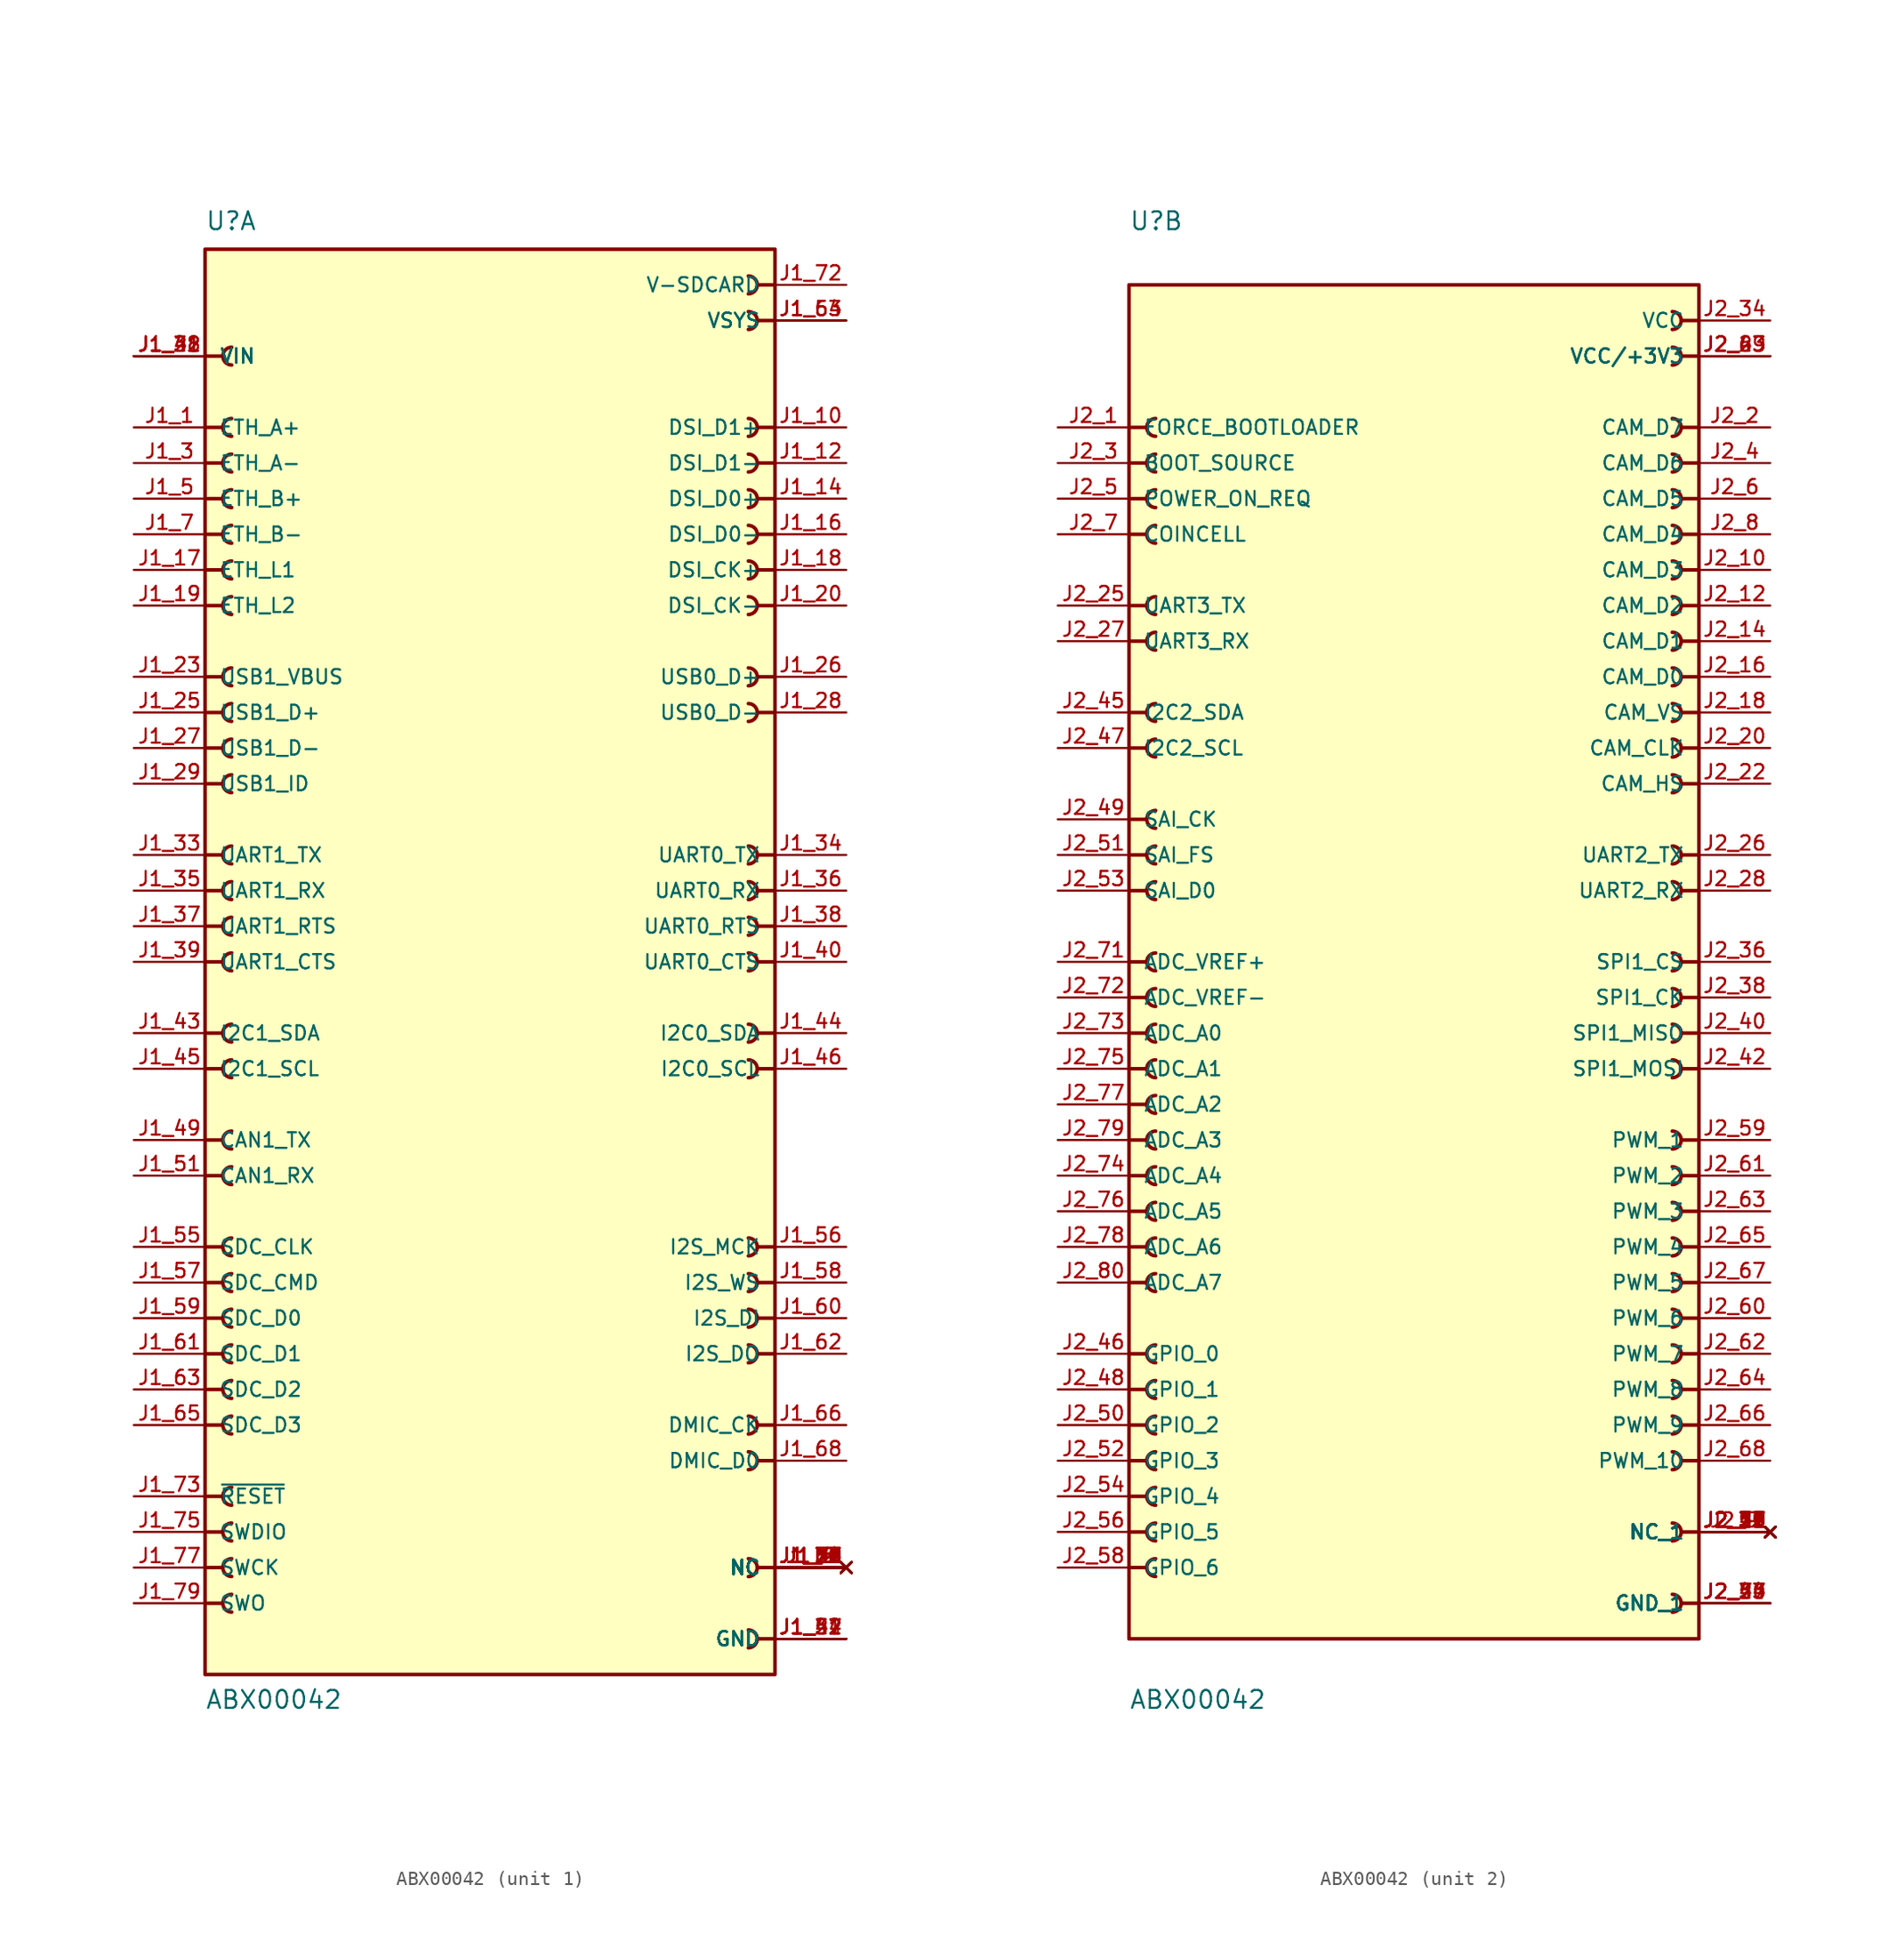
<source format=kicad_sym>
(kicad_symbol_lib
  (version 20220914)
  (generator kicad_symbol_editor)
  (symbol "ABX00042"
    (pin_names
      (offset 1.016))
    (property "Reference" "U"
      (at -20.32 52.07 0)
      (effects (font (size 1.27 1.27)) (justify left bottom)))
    (property "Value" "ABX00042"
      (at -20.32 -53.34 0)
      (effects (font (size 1.27 1.27)) (justify left bottom)))
    (symbol "ABX00042_1_0"
      (rectangle (start -20.32 50.8) (end 20.32 -50.8) (stroke (width 0.254) (type default)) (fill (type background)))
      (arc (start -18.415 -45.085) (mid -19.0473 -45.72) (end -18.415 -46.355) (stroke (width 0.254) (type default)) (fill (type none)))
      (arc (start -18.415 -42.545) (mid -19.0473 -43.18) (end -18.415 -43.815) (stroke (width 0.254) (type default)) (fill (type none)))
      (arc (start -18.415 -40.005) (mid -19.0473 -40.64) (end -18.415 -41.275) (stroke (width 0.254) (type default)) (fill (type none)))
      (arc (start -18.415 -37.465) (mid -19.0473 -38.1) (end -18.415 -38.735) (stroke (width 0.254) (type default)) (fill (type none)))
      (arc (start -18.415 -32.385) (mid -19.0473 -33.02) (end -18.415 -33.655) (stroke (width 0.254) (type default)) (fill (type none)))
      (arc (start -18.415 -29.845) (mid -19.0473 -30.48) (end -18.415 -31.115) (stroke (width 0.254) (type default)) (fill (type none)))
      (arc (start -18.415 -27.305) (mid -19.0473 -27.94) (end -18.415 -28.575) (stroke (width 0.254) (type default)) (fill (type none)))
      (arc (start -18.415 -24.765) (mid -19.0473 -25.4) (end -18.415 -26.035) (stroke (width 0.254) (type default)) (fill (type none)))
      (arc (start -18.415 -22.225) (mid -19.0473 -22.86) (end -18.415 -23.495) (stroke (width 0.254) (type default)) (fill (type none)))
      (arc (start -18.415 -19.685) (mid -19.0473 -20.32) (end -18.415 -20.955) (stroke (width 0.254) (type default)) (fill (type none)))
      (arc (start -18.415 -14.605) (mid -19.0473 -15.24) (end -18.415 -15.875) (stroke (width 0.254) (type default)) (fill (type none)))
      (arc (start -18.415 -12.065) (mid -19.0473 -12.7) (end -18.415 -13.335) (stroke (width 0.254) (type default)) (fill (type none)))
      (arc (start -18.415 -6.985) (mid -19.0473 -7.62) (end -18.415 -8.255) (stroke (width 0.254) (type default)) (fill (type none)))
      (arc (start -18.415 -4.445) (mid -19.0473 -5.08) (end -18.415 -5.715) (stroke (width 0.254) (type default)) (fill (type none)))
      (arc (start -18.415 0.635) (mid -19.0473 0) (end -18.415 -0.635) (stroke (width 0.254) (type default)) (fill (type none)))
      (arc (start -18.415 3.175) (mid -19.0473 2.54) (end -18.415 1.905) (stroke (width 0.254) (type default)) (fill (type none)))
      (arc (start -18.415 5.715) (mid -19.0473 5.08) (end -18.415 4.445) (stroke (width 0.254) (type default)) (fill (type none)))
      (arc (start -18.415 8.255) (mid -19.0473 7.62) (end -18.415 6.985) (stroke (width 0.254) (type default)) (fill (type none)))
      (arc (start -18.415 13.335) (mid -19.0473 12.7) (end -18.415 12.065) (stroke (width 0.254) (type default)) (fill (type none)))
      (arc (start -18.415 15.875) (mid -19.0473 15.24) (end -18.415 14.605) (stroke (width 0.254) (type default)) (fill (type none)))
      (arc (start -18.415 18.415) (mid -19.0473 17.78) (end -18.415 17.145) (stroke (width 0.254) (type default)) (fill (type none)))
      (arc (start -18.415 20.955) (mid -19.0473 20.32) (end -18.415 19.685) (stroke (width 0.254) (type default)) (fill (type none)))
      (arc (start -18.415 26.035) (mid -19.0473 25.4) (end -18.415 24.765) (stroke (width 0.254) (type default)) (fill (type none)))
      (arc (start -18.415 28.575) (mid -19.0473 27.94) (end -18.415 27.305) (stroke (width 0.254) (type default)) (fill (type none)))
      (arc (start -18.415 31.115) (mid -19.0473 30.48) (end -18.415 29.845) (stroke (width 0.254) (type default)) (fill (type none)))
      (arc (start -18.415 33.655) (mid -19.0473 33.02) (end -18.415 32.385) (stroke (width 0.254) (type default)) (fill (type none)))
      (arc (start -18.415 36.195) (mid -19.0473 35.56) (end -18.415 34.925) (stroke (width 0.254) (type default)) (fill (type none)))
      (arc (start -18.415 38.735) (mid -19.0473 38.1) (end -18.415 37.465) (stroke (width 0.254) (type default)) (fill (type none)))
      (arc (start -18.415 43.815) (mid -19.0473 43.18) (end -18.415 42.545) (stroke (width 0.254) (type default)) (fill (type none)))
      (polyline (pts (xy -20.32 -45.72) (xy -19.05 -45.72)) (stroke (width 0.254) (type default)) (fill (type none)))
      (polyline (pts (xy -20.32 -43.18) (xy -19.05 -43.18)) (stroke (width 0.254) (type default)) (fill (type none)))
      (polyline (pts (xy -20.32 -40.64) (xy -19.05 -40.64)) (stroke (width 0.254) (type default)) (fill (type none)))
      (polyline (pts (xy -20.32 -38.1) (xy -19.05 -38.1)) (stroke (width 0.254) (type default)) (fill (type none)))
      (polyline (pts (xy -20.32 -33.02) (xy -19.05 -33.02)) (stroke (width 0.254) (type default)) (fill (type none)))
      (polyline (pts (xy -20.32 -30.48) (xy -19.05 -30.48)) (stroke (width 0.254) (type default)) (fill (type none)))
      (polyline (pts (xy -20.32 -27.94) (xy -19.05 -27.94)) (stroke (width 0.254) (type default)) (fill (type none)))
      (polyline (pts (xy -20.32 -25.4) (xy -19.05 -25.4)) (stroke (width 0.254) (type default)) (fill (type none)))
      (polyline (pts (xy -20.32 -22.86) (xy -19.05 -22.86)) (stroke (width 0.254) (type default)) (fill (type none)))
      (polyline (pts (xy -20.32 -20.32) (xy -19.05 -20.32)) (stroke (width 0.254) (type default)) (fill (type none)))
      (polyline (pts (xy -20.32 -15.24) (xy -19.05 -15.24)) (stroke (width 0.254) (type default)) (fill (type none)))
      (polyline (pts (xy -20.32 -12.7) (xy -19.05 -12.7)) (stroke (width 0.254) (type default)) (fill (type none)))
      (polyline (pts (xy -20.32 -7.62) (xy -19.05 -7.62)) (stroke (width 0.254) (type default)) (fill (type none)))
      (polyline (pts (xy -20.32 -5.08) (xy -19.05 -5.08)) (stroke (width 0.254) (type default)) (fill (type none)))
      (polyline (pts (xy -20.32 0) (xy -19.05 0)) (stroke (width 0.254) (type default)) (fill (type none)))
      (polyline (pts (xy -20.32 2.54) (xy -19.05 2.54)) (stroke (width 0.254) (type default)) (fill (type none)))
      (polyline (pts (xy -20.32 5.08) (xy -19.05 5.08)) (stroke (width 0.254) (type default)) (fill (type none)))
      (polyline (pts (xy -20.32 7.62) (xy -19.05 7.62)) (stroke (width 0.254) (type default)) (fill (type none)))
      (polyline (pts (xy -20.32 12.7) (xy -19.05 12.7)) (stroke (width 0.254) (type default)) (fill (type none)))
      (polyline (pts (xy -20.32 15.24) (xy -19.05 15.24)) (stroke (width 0.254) (type default)) (fill (type none)))
      (polyline (pts (xy -20.32 17.78) (xy -19.05 17.78)) (stroke (width 0.254) (type default)) (fill (type none)))
      (polyline (pts (xy -20.32 20.32) (xy -19.05 20.32)) (stroke (width 0.254) (type default)) (fill (type none)))
      (polyline (pts (xy -20.32 25.4) (xy -19.05 25.4)) (stroke (width 0.254) (type default)) (fill (type none)))
      (polyline (pts (xy -20.32 27.94) (xy -19.05 27.94)) (stroke (width 0.254) (type default)) (fill (type none)))
      (polyline (pts (xy -20.32 30.48) (xy -19.05 30.48)) (stroke (width 0.254) (type default)) (fill (type none)))
      (polyline (pts (xy -20.32 33.02) (xy -19.05 33.02)) (stroke (width 0.254) (type default)) (fill (type none)))
      (polyline (pts (xy -20.32 35.56) (xy -19.05 35.56)) (stroke (width 0.254) (type default)) (fill (type none)))
      (polyline (pts (xy -20.32 38.1) (xy -19.05 38.1)) (stroke (width 0.254) (type default)) (fill (type none)))
      (polyline (pts (xy -20.32 43.18) (xy -19.05 43.18)) (stroke (width 0.254) (type default)) (fill (type none)))
      (polyline (pts (xy 20.32 -48.26) (xy 19.05 -48.26)) (stroke (width 0.254) (type default)) (fill (type none)))
      (polyline (pts (xy 20.32 -43.18) (xy 19.05 -43.18)) (stroke (width 0.254) (type default)) (fill (type none)))
      (polyline (pts (xy 20.32 -35.56) (xy 19.05 -35.56)) (stroke (width 0.254) (type default)) (fill (type none)))
      (polyline (pts (xy 20.32 -33.02) (xy 19.05 -33.02)) (stroke (width 0.254) (type default)) (fill (type none)))
      (polyline (pts (xy 20.32 -27.94) (xy 19.05 -27.94)) (stroke (width 0.254) (type default)) (fill (type none)))
      (polyline (pts (xy 20.32 -25.4) (xy 19.05 -25.4)) (stroke (width 0.254) (type default)) (fill (type none)))
      (polyline (pts (xy 20.32 -22.86) (xy 19.05 -22.86)) (stroke (width 0.254) (type default)) (fill (type none)))
      (polyline (pts (xy 20.32 -20.32) (xy 19.05 -20.32)) (stroke (width 0.254) (type default)) (fill (type none)))
      (polyline (pts (xy 20.32 -7.62) (xy 19.05 -7.62)) (stroke (width 0.254) (type default)) (fill (type none)))
      (polyline (pts (xy 20.32 -5.08) (xy 19.05 -5.08)) (stroke (width 0.254) (type default)) (fill (type none)))
      (polyline (pts (xy 20.32 0) (xy 19.05 0)) (stroke (width 0.254) (type default)) (fill (type none)))
      (polyline (pts (xy 20.32 2.54) (xy 19.05 2.54)) (stroke (width 0.254) (type default)) (fill (type none)))
      (polyline (pts (xy 20.32 5.08) (xy 19.05 5.08)) (stroke (width 0.254) (type default)) (fill (type none)))
      (polyline (pts (xy 20.32 7.62) (xy 19.05 7.62)) (stroke (width 0.254) (type default)) (fill (type none)))
      (polyline (pts (xy 20.32 17.78) (xy 19.05 17.78)) (stroke (width 0.254) (type default)) (fill (type none)))
      (polyline (pts (xy 20.32 20.32) (xy 19.05 20.32)) (stroke (width 0.254) (type default)) (fill (type none)))
      (polyline (pts (xy 20.32 25.4) (xy 19.05 25.4)) (stroke (width 0.254) (type default)) (fill (type none)))
      (polyline (pts (xy 20.32 27.94) (xy 19.05 27.94)) (stroke (width 0.254) (type default)) (fill (type none)))
      (polyline (pts (xy 20.32 30.48) (xy 19.05 30.48)) (stroke (width 0.254) (type default)) (fill (type none)))
      (polyline (pts (xy 20.32 33.02) (xy 19.05 33.02)) (stroke (width 0.254) (type default)) (fill (type none)))
      (polyline (pts (xy 20.32 35.56) (xy 19.05 35.56)) (stroke (width 0.254) (type default)) (fill (type none)))
      (polyline (pts (xy 20.32 38.1) (xy 19.05 38.1)) (stroke (width 0.254) (type default)) (fill (type none)))
      (polyline (pts (xy 20.32 45.72) (xy 19.05 45.72)) (stroke (width 0.254) (type default)) (fill (type none)))
      (polyline (pts (xy 20.32 48.26) (xy 19.05 48.26)) (stroke (width 0.254) (type default)) (fill (type none)))
      (arc (start 18.415 -48.895) (mid 19.0473 -48.26) (end 18.415 -47.625) (stroke (width 0.254) (type default)) (fill (type none)))
      (arc (start 18.415 -43.815) (mid 19.0473 -43.18) (end 18.415 -42.545) (stroke (width 0.254) (type default)) (fill (type none)))
      (arc (start 18.415 -36.195) (mid 19.0473 -35.56) (end 18.415 -34.925) (stroke (width 0.254) (type default)) (fill (type none)))
      (arc (start 18.415 -33.655) (mid 19.0473 -33.02) (end 18.415 -32.385) (stroke (width 0.254) (type default)) (fill (type none)))
      (arc (start 18.415 -28.575) (mid 19.0473 -27.94) (end 18.415 -27.305) (stroke (width 0.254) (type default)) (fill (type none)))
      (arc (start 18.415 -26.035) (mid 19.0473 -25.4) (end 18.415 -24.765) (stroke (width 0.254) (type default)) (fill (type none)))
      (arc (start 18.415 -23.495) (mid 19.0473 -22.86) (end 18.415 -22.225) (stroke (width 0.254) (type default)) (fill (type none)))
      (arc (start 18.415 -20.955) (mid 19.0473 -20.32) (end 18.415 -19.685) (stroke (width 0.254) (type default)) (fill (type none)))
      (arc (start 18.415 -8.255) (mid 19.0473 -7.62) (end 18.415 -6.985) (stroke (width 0.254) (type default)) (fill (type none)))
      (arc (start 18.415 -5.715) (mid 19.0473 -5.08) (end 18.415 -4.445) (stroke (width 0.254) (type default)) (fill (type none)))
      (arc (start 18.415 -0.635) (mid 19.0473 0) (end 18.415 0.635) (stroke (width 0.254) (type default)) (fill (type none)))
      (arc (start 18.415 1.905) (mid 19.0473 2.54) (end 18.415 3.175) (stroke (width 0.254) (type default)) (fill (type none)))
      (arc (start 18.415 4.445) (mid 19.0473 5.08) (end 18.415 5.715) (stroke (width 0.254) (type default)) (fill (type none)))
      (arc (start 18.415 6.985) (mid 19.0473 7.62) (end 18.415 8.255) (stroke (width 0.254) (type default)) (fill (type none)))
      (arc (start 18.415 17.145) (mid 19.0473 17.78) (end 18.415 18.415) (stroke (width 0.254) (type default)) (fill (type none)))
      (arc (start 18.415 19.685) (mid 19.0473 20.32) (end 18.415 20.955) (stroke (width 0.254) (type default)) (fill (type none)))
      (arc (start 18.415 24.765) (mid 19.0473 25.4) (end 18.415 26.035) (stroke (width 0.254) (type default)) (fill (type none)))
      (arc (start 18.415 27.305) (mid 19.0473 27.94) (end 18.415 28.575) (stroke (width 0.254) (type default)) (fill (type none)))
      (arc (start 18.415 29.845) (mid 19.0473 30.48) (end 18.415 31.115) (stroke (width 0.254) (type default)) (fill (type none)))
      (arc (start 18.415 32.385) (mid 19.0473 33.02) (end 18.415 33.655) (stroke (width 0.254) (type default)) (fill (type none)))
      (arc (start 18.415 34.925) (mid 19.0473 35.56) (end 18.415 36.195) (stroke (width 0.254) (type default)) (fill (type none)))
      (arc (start 18.415 37.465) (mid 19.0473 38.1) (end 18.415 38.735) (stroke (width 0.254) (type default)) (fill (type none)))
      (arc (start 18.415 45.085) (mid 19.0473 45.72) (end 18.415 46.355) (stroke (width 0.254) (type default)) (fill (type none)))
      (arc (start 18.415 47.625) (mid 19.0473 48.26) (end 18.415 48.895) (stroke (width 0.254) (type default)) (fill (type none)))
      (pin input line (at -25.4 38.1 0) (length 5.08) (name "ETH_A+" (effects (font (size 1.016 1.016)))) (number "J1_1" (effects (font (size 1.016 1.016)))))
      (pin bidirectional line (at 25.4 38.1 180) (length 5.08) (name "DSI_D1+" (effects (font (size 1.016 1.016)))) (number "J1_10" (effects (font (size 1.016 1.016)))))
      (pin no_connect line (at 25.4 -43.18 180) (length 5.08) (name "NC" (effects (font (size 1.016 1.016)))) (number "J1_11" (effects (font (size 1.016 1.016)))))
      (pin bidirectional line (at 25.4 35.56 180) (length 5.08) (name "DSI_D1-" (effects (font (size 1.016 1.016)))) (number "J1_12" (effects (font (size 1.016 1.016)))))
      (pin no_connect line (at 25.4 -43.18 180) (length 5.08) (name "NC" (effects (font (size 1.016 1.016)))) (number "J1_13" (effects (font (size 1.016 1.016)))))
      (pin bidirectional line (at 25.4 33.02 180) (length 5.08) (name "DSI_D0+" (effects (font (size 1.016 1.016)))) (number "J1_14" (effects (font (size 1.016 1.016)))))
      (pin no_connect line (at 25.4 -43.18 180) (length 5.08) (name "NC" (effects (font (size 1.016 1.016)))) (number "J1_15" (effects (font (size 1.016 1.016)))))
      (pin bidirectional line (at 25.4 30.48 180) (length 5.08) (name "DSI_D0-" (effects (font (size 1.016 1.016)))) (number "J1_16" (effects (font (size 1.016 1.016)))))
      (pin output line (at -25.4 27.94 0) (length 5.08) (name "ETH_L1" (effects (font (size 1.016 1.016)))) (number "J1_17" (effects (font (size 1.016 1.016)))))
      (pin bidirectional line (at 25.4 27.94 180) (length 5.08) (name "DSI_CK+" (effects (font (size 1.016 1.016)))) (number "J1_18" (effects (font (size 1.016 1.016)))))
      (pin output line (at -25.4 25.4 0) (length 5.08) (name "ETH_L2" (effects (font (size 1.016 1.016)))) (number "J1_19" (effects (font (size 1.016 1.016)))))
      (pin no_connect line (at 25.4 -43.18 180) (length 5.08) (name "NC" (effects (font (size 1.016 1.016)))) (number "J1_2" (effects (font (size 1.016 1.016)))))
      (pin bidirectional line (at 25.4 25.4 180) (length 5.08) (name "DSI_CK-" (effects (font (size 1.016 1.016)))) (number "J1_20" (effects (font (size 1.016 1.016)))))
      (pin input line (at -25.4 43.18 0) (length 5.08) (name "VIN" (effects (font (size 1.016 1.016)))) (number "J1_21" (effects (font (size 1.016 1.016)))))
      (pin power_in line (at 25.4 -48.26 180) (length 5.08) (name "GND" (effects (font (size 1.016 1.016)))) (number "J1_22" (effects (font (size 1.016 1.016)))))
      (pin power_in line (at -25.4 20.32 0) (length 5.08) (name "USB1_VBUS" (effects (font (size 1.016 1.016)))) (number "J1_23" (effects (font (size 1.016 1.016)))))
      (pin no_connect line (at 25.4 -43.18 180) (length 5.08) (name "NC" (effects (font (size 1.016 1.016)))) (number "J1_24" (effects (font (size 1.016 1.016)))))
      (pin bidirectional line (at -25.4 17.78 0) (length 5.08) (name "USB1_D+" (effects (font (size 1.016 1.016)))) (number "J1_25" (effects (font (size 1.016 1.016)))))
      (pin bidirectional line (at 25.4 20.32 180) (length 5.08) (name "USB0_D+" (effects (font (size 1.016 1.016)))) (number "J1_26" (effects (font (size 1.016 1.016)))))
      (pin bidirectional line (at -25.4 15.24 0) (length 5.08) (name "USB1_D-" (effects (font (size 1.016 1.016)))) (number "J1_27" (effects (font (size 1.016 1.016)))))
      (pin bidirectional line (at 25.4 17.78 180) (length 5.08) (name "USB0_D-" (effects (font (size 1.016 1.016)))) (number "J1_28" (effects (font (size 1.016 1.016)))))
      (pin bidirectional line (at -25.4 12.7 0) (length 5.08) (name "USB1_ID" (effects (font (size 1.016 1.016)))) (number "J1_29" (effects (font (size 1.016 1.016)))))
      (pin input line (at -25.4 35.56 0) (length 5.08) (name "ETH_A-" (effects (font (size 1.016 1.016)))) (number "J1_3" (effects (font (size 1.016 1.016)))))
      (pin no_connect line (at 25.4 -43.18 180) (length 5.08) (name "NC" (effects (font (size 1.016 1.016)))) (number "J1_30" (effects (font (size 1.016 1.016)))))
      (pin power_in line (at 25.4 -48.26 180) (length 5.08) (name "GND" (effects (font (size 1.016 1.016)))) (number "J1_31" (effects (font (size 1.016 1.016)))))
      (pin input line (at -25.4 43.18 0) (length 5.08) (name "VIN" (effects (font (size 1.016 1.016)))) (number "J1_32" (effects (font (size 1.016 1.016)))))
      (pin output line (at -25.4 7.62 0) (length 5.08) (name "UART1_TX" (effects (font (size 1.016 1.016)))) (number "J1_33" (effects (font (size 1.016 1.016)))))
      (pin output line (at 25.4 7.62 180) (length 5.08) (name "UART0_TX" (effects (font (size 1.016 1.016)))) (number "J1_34" (effects (font (size 1.016 1.016)))))
      (pin input line (at -25.4 5.08 0) (length 5.08) (name "UART1_RX" (effects (font (size 1.016 1.016)))) (number "J1_35" (effects (font (size 1.016 1.016)))))
      (pin input line (at 25.4 5.08 180) (length 5.08) (name "UART0_RX" (effects (font (size 1.016 1.016)))) (number "J1_36" (effects (font (size 1.016 1.016)))))
      (pin bidirectional line (at -25.4 2.54 0) (length 5.08) (name "UART1_RTS" (effects (font (size 1.016 1.016)))) (number "J1_37" (effects (font (size 1.016 1.016)))))
      (pin bidirectional line (at 25.4 2.54 180) (length 5.08) (name "UART0_RTS" (effects (font (size 1.016 1.016)))) (number "J1_38" (effects (font (size 1.016 1.016)))))
      (pin bidirectional line (at -25.4 0 0) (length 5.08) (name "UART1_CTS" (effects (font (size 1.016 1.016)))) (number "J1_39" (effects (font (size 1.016 1.016)))))
      (pin no_connect line (at 25.4 -43.18 180) (length 5.08) (name "NC" (effects (font (size 1.016 1.016)))) (number "J1_4" (effects (font (size 1.016 1.016)))))
      (pin bidirectional line (at 25.4 0 180) (length 5.08) (name "UART0_CTS" (effects (font (size 1.016 1.016)))) (number "J1_40" (effects (font (size 1.016 1.016)))))
      (pin input line (at -25.4 43.18 0) (length 5.08) (name "VIN" (effects (font (size 1.016 1.016)))) (number "J1_41" (effects (font (size 1.016 1.016)))))
      (pin power_in line (at 25.4 -48.26 180) (length 5.08) (name "GND" (effects (font (size 1.016 1.016)))) (number "J1_42" (effects (font (size 1.016 1.016)))))
      (pin bidirectional line (at -25.4 -5.08 0) (length 5.08) (name "I2C1_SDA" (effects (font (size 1.016 1.016)))) (number "J1_43" (effects (font (size 1.016 1.016)))))
      (pin bidirectional line (at 25.4 -5.08 180) (length 5.08) (name "I2C0_SDA" (effects (font (size 1.016 1.016)))) (number "J1_44" (effects (font (size 1.016 1.016)))))
      (pin input line (at -25.4 -7.62 0) (length 5.08) (name "I2C1_SCL" (effects (font (size 1.016 1.016)))) (number "J1_45" (effects (font (size 1.016 1.016)))))
      (pin input line (at 25.4 -7.62 180) (length 5.08) (name "I2C0_SCL" (effects (font (size 1.016 1.016)))) (number "J1_46" (effects (font (size 1.016 1.016)))))
      (pin power_in line (at 25.4 -48.26 180) (length 5.08) (name "GND" (effects (font (size 1.016 1.016)))) (number "J1_47" (effects (font (size 1.016 1.016)))))
      (pin input line (at -25.4 43.18 0) (length 5.08) (name "VIN" (effects (font (size 1.016 1.016)))) (number "J1_48" (effects (font (size 1.016 1.016)))))
      (pin output line (at -25.4 -12.7 0) (length 5.08) (name "CAN1_TX" (effects (font (size 1.016 1.016)))) (number "J1_49" (effects (font (size 1.016 1.016)))))
      (pin input line (at -25.4 33.02 0) (length 5.08) (name "ETH_B+" (effects (font (size 1.016 1.016)))) (number "J1_5" (effects (font (size 1.016 1.016)))))
      (pin no_connect line (at 25.4 -43.18 180) (length 5.08) (name "NC" (effects (font (size 1.016 1.016)))) (number "J1_50" (effects (font (size 1.016 1.016)))))
      (pin input line (at -25.4 -15.24 0) (length 5.08) (name "CAN1_RX" (effects (font (size 1.016 1.016)))) (number "J1_51" (effects (font (size 1.016 1.016)))))
      (pin no_connect line (at 25.4 -43.18 180) (length 5.08) (name "NC" (effects (font (size 1.016 1.016)))) (number "J1_52" (effects (font (size 1.016 1.016)))))
      (pin power_in line (at 25.4 45.72 180) (length 5.08) (name "VSYS" (effects (font (size 1.016 1.016)))) (number "J1_53" (effects (font (size 1.016 1.016)))))
      (pin power_in line (at 25.4 -48.26 180) (length 5.08) (name "GND" (effects (font (size 1.016 1.016)))) (number "J1_54" (effects (font (size 1.016 1.016)))))
      (pin input line (at -25.4 -20.32 0) (length 5.08) (name "SDC_CLK" (effects (font (size 1.016 1.016)))) (number "J1_55" (effects (font (size 1.016 1.016)))))
      (pin bidirectional line (at 25.4 -20.32 180) (length 5.08) (name "I2S_MCK" (effects (font (size 1.016 1.016)))) (number "J1_56" (effects (font (size 1.016 1.016)))))
      (pin input line (at -25.4 -22.86 0) (length 5.08) (name "SDC_CMD" (effects (font (size 1.016 1.016)))) (number "J1_57" (effects (font (size 1.016 1.016)))))
      (pin bidirectional line (at 25.4 -22.86 180) (length 5.08) (name "I2S_WS" (effects (font (size 1.016 1.016)))) (number "J1_58" (effects (font (size 1.016 1.016)))))
      (pin bidirectional line (at -25.4 -25.4 0) (length 5.08) (name "SDC_D0" (effects (font (size 1.016 1.016)))) (number "J1_59" (effects (font (size 1.016 1.016)))))
      (pin no_connect line (at 25.4 -43.18 180) (length 5.08) (name "NC" (effects (font (size 1.016 1.016)))) (number "J1_6" (effects (font (size 1.016 1.016)))))
      (pin input line (at 25.4 -25.4 180) (length 5.08) (name "I2S_DI" (effects (font (size 1.016 1.016)))) (number "J1_60" (effects (font (size 1.016 1.016)))))
      (pin bidirectional line (at -25.4 -27.94 0) (length 5.08) (name "SDC_D1" (effects (font (size 1.016 1.016)))) (number "J1_61" (effects (font (size 1.016 1.016)))))
      (pin output line (at 25.4 -27.94 180) (length 5.08) (name "I2S_DO" (effects (font (size 1.016 1.016)))) (number "J1_62" (effects (font (size 1.016 1.016)))))
      (pin bidirectional line (at -25.4 -30.48 0) (length 5.08) (name "SDC_D2" (effects (font (size 1.016 1.016)))) (number "J1_63" (effects (font (size 1.016 1.016)))))
      (pin power_in line (at 25.4 45.72 180) (length 5.08) (name "VSYS" (effects (font (size 1.016 1.016)))) (number "J1_64" (effects (font (size 1.016 1.016)))))
      (pin bidirectional line (at -25.4 -33.02 0) (length 5.08) (name "SDC_D3" (effects (font (size 1.016 1.016)))) (number "J1_65" (effects (font (size 1.016 1.016)))))
      (pin bidirectional line (at 25.4 -33.02 180) (length 5.08) (name "DMIC_CK" (effects (font (size 1.016 1.016)))) (number "J1_66" (effects (font (size 1.016 1.016)))))
      (pin no_connect line (at 25.4 -43.18 180) (length 5.08) (name "NC" (effects (font (size 1.016 1.016)))) (number "J1_67" (effects (font (size 1.016 1.016)))))
      (pin bidirectional line (at 25.4 -35.56 180) (length 5.08) (name "DMIC_D0" (effects (font (size 1.016 1.016)))) (number "J1_68" (effects (font (size 1.016 1.016)))))
      (pin no_connect line (at 25.4 -43.18 180) (length 5.08) (name "NC" (effects (font (size 1.016 1.016)))) (number "J1_69" (effects (font (size 1.016 1.016)))))
      (pin input line (at -25.4 30.48 0) (length 5.08) (name "ETH_B-" (effects (font (size 1.016 1.016)))) (number "J1_7" (effects (font (size 1.016 1.016)))))
      (pin no_connect line (at 25.4 -43.18 180) (length 5.08) (name "NC" (effects (font (size 1.016 1.016)))) (number "J1_70" (effects (font (size 1.016 1.016)))))
      (pin no_connect line (at 25.4 -43.18 180) (length 5.08) (name "NC" (effects (font (size 1.016 1.016)))) (number "J1_71" (effects (font (size 1.016 1.016)))))
      (pin power_in line (at 25.4 48.26 180) (length 5.08) (name "V-SDCARD" (effects (font (size 1.016 1.016)))) (number "J1_72" (effects (font (size 1.016 1.016)))))
      (pin input line (at -25.4 -38.1 0) (length 5.08) (name "~{RESET}" (effects (font (size 1.016 1.016)))) (number "J1_73" (effects (font (size 1.016 1.016)))))
      (pin no_connect line (at 25.4 -43.18 180) (length 5.08) (name "NC" (effects (font (size 1.016 1.016)))) (number "J1_74" (effects (font (size 1.016 1.016)))))
      (pin bidirectional line (at -25.4 -40.64 0) (length 5.08) (name "SWDIO" (effects (font (size 1.016 1.016)))) (number "J1_75" (effects (font (size 1.016 1.016)))))
      (pin no_connect line (at 25.4 -43.18 180) (length 5.08) (name "NC" (effects (font (size 1.016 1.016)))) (number "J1_76" (effects (font (size 1.016 1.016)))))
      (pin input line (at -25.4 -43.18 0) (length 5.08) (name "SWCK" (effects (font (size 1.016 1.016)))) (number "J1_77" (effects (font (size 1.016 1.016)))))
      (pin no_connect line (at 25.4 -43.18 180) (length 5.08) (name "NC" (effects (font (size 1.016 1.016)))) (number "J1_78" (effects (font (size 1.016 1.016)))))
      (pin output line (at -25.4 -45.72 0) (length 5.08) (name "SWO" (effects (font (size 1.016 1.016)))) (number "J1_79" (effects (font (size 1.016 1.016)))))
      (pin no_connect line (at 25.4 -43.18 180) (length 5.08) (name "NC" (effects (font (size 1.016 1.016)))) (number "J1_8" (effects (font (size 1.016 1.016)))))
      (pin no_connect line (at 25.4 -43.18 180) (length 5.08) (name "NC" (effects (font (size 1.016 1.016)))) (number "J1_80" (effects (font (size 1.016 1.016)))))
      (pin no_connect line (at 25.4 -43.18 180) (length 5.08) (name "NC" (effects (font (size 1.016 1.016)))) (number "J1_9" (effects (font (size 1.016 1.016))))))
    (symbol "ABX00042_2_0"
      (rectangle (start -20.32 -48.26) (end 20.32 48.26) (stroke (width 0.254) (type default)) (fill (type background)))
      (arc (start -19.05 -43.18) (mid -18.864 -43.629) (end -18.415 -43.815) (stroke (width 0.254) (type default)) (fill (type none)))
      (arc (start -18.415 -42.545) (mid -18.864 -42.731) (end -19.05 -43.18) (stroke (width 0.254) (type default)) (fill (type none)))
      (arc (start -18.415 -40.005) (mid -19.0473 -40.64) (end -18.415 -41.275) (stroke (width 0.254) (type default)) (fill (type none)))
      (arc (start -18.415 -37.465) (mid -19.0473 -38.1) (end -18.415 -38.735) (stroke (width 0.254) (type default)) (fill (type none)))
      (arc (start -18.415 -34.925) (mid -19.0473 -35.56) (end -18.415 -36.195) (stroke (width 0.254) (type default)) (fill (type none)))
      (arc (start -18.415 -32.385) (mid -19.0473 -33.02) (end -18.415 -33.655) (stroke (width 0.254) (type default)) (fill (type none)))
      (arc (start -18.415 -29.845) (mid -19.0473 -30.48) (end -18.415 -31.115) (stroke (width 0.254) (type default)) (fill (type none)))
      (arc (start -18.415 -27.305) (mid -19.0473 -27.94) (end -18.415 -28.575) (stroke (width 0.254) (type default)) (fill (type none)))
      (arc (start -18.415 -22.225) (mid -19.0473 -22.86) (end -18.415 -23.495) (stroke (width 0.254) (type default)) (fill (type none)))
      (arc (start -18.415 -19.685) (mid -19.0473 -20.32) (end -18.415 -20.955) (stroke (width 0.254) (type default)) (fill (type none)))
      (arc (start -18.415 -17.145) (mid -19.0473 -17.78) (end -18.415 -18.415) (stroke (width 0.254) (type default)) (fill (type none)))
      (arc (start -18.415 -14.605) (mid -19.0473 -15.24) (end -18.415 -15.875) (stroke (width 0.254) (type default)) (fill (type none)))
      (arc (start -18.415 -12.065) (mid -19.0473 -12.7) (end -18.415 -13.335) (stroke (width 0.254) (type default)) (fill (type none)))
      (arc (start -18.415 -9.525) (mid -19.0473 -10.16) (end -18.415 -10.795) (stroke (width 0.254) (type default)) (fill (type none)))
      (arc (start -18.415 -6.985) (mid -19.0473 -7.62) (end -18.415 -8.255) (stroke (width 0.254) (type default)) (fill (type none)))
      (arc (start -18.415 -4.445) (mid -19.0473 -5.08) (end -18.415 -5.715) (stroke (width 0.254) (type default)) (fill (type none)))
      (arc (start -18.415 -1.905) (mid -19.0473 -2.54) (end -18.415 -3.175) (stroke (width 0.254) (type default)) (fill (type none)))
      (arc (start -18.415 0.635) (mid -19.0473 0) (end -18.415 -0.635) (stroke (width 0.254) (type default)) (fill (type none)))
      (arc (start -18.415 5.715) (mid -19.0473 5.08) (end -18.415 4.445) (stroke (width 0.254) (type default)) (fill (type none)))
      (arc (start -18.415 8.255) (mid -19.0473 7.62) (end -18.415 6.985) (stroke (width 0.254) (type default)) (fill (type none)))
      (arc (start -18.415 10.795) (mid -19.0473 10.16) (end -18.415 9.525) (stroke (width 0.254) (type default)) (fill (type none)))
      (arc (start -18.415 15.875) (mid -19.0473 15.24) (end -18.415 14.605) (stroke (width 0.254) (type default)) (fill (type none)))
      (arc (start -18.415 18.415) (mid -19.0473 17.78) (end -18.415 17.145) (stroke (width 0.254) (type default)) (fill (type none)))
      (arc (start -18.415 23.495) (mid -19.0473 22.86) (end -18.415 22.225) (stroke (width 0.254) (type default)) (fill (type none)))
      (arc (start -18.415 26.035) (mid -19.0473 25.4) (end -18.415 24.765) (stroke (width 0.254) (type default)) (fill (type none)))
      (arc (start -18.415 31.115) (mid -19.0473 30.48) (end -18.415 29.845) (stroke (width 0.254) (type default)) (fill (type none)))
      (arc (start -18.415 33.655) (mid -19.0473 33.02) (end -18.415 32.385) (stroke (width 0.254) (type default)) (fill (type none)))
      (arc (start -18.415 36.195) (mid -19.0473 35.56) (end -18.415 34.925) (stroke (width 0.254) (type default)) (fill (type none)))
      (arc (start -18.415 38.735) (mid -19.0473 38.1) (end -18.415 37.465) (stroke (width 0.254) (type default)) (fill (type none)))
      (polyline (pts (xy -20.32 -43.18) (xy -19.05 -43.18)) (stroke (width 0.254) (type default)) (fill (type none)))
      (polyline (pts (xy -20.32 -40.64) (xy -19.05 -40.64)) (stroke (width 0.254) (type default)) (fill (type none)))
      (polyline (pts (xy -20.32 -38.1) (xy -19.05 -38.1)) (stroke (width 0.254) (type default)) (fill (type none)))
      (polyline (pts (xy -20.32 -35.56) (xy -19.05 -35.56)) (stroke (width 0.254) (type default)) (fill (type none)))
      (polyline (pts (xy -20.32 -33.02) (xy -19.05 -33.02)) (stroke (width 0.254) (type default)) (fill (type none)))
      (polyline (pts (xy -20.32 -30.48) (xy -19.05 -30.48)) (stroke (width 0.254) (type default)) (fill (type none)))
      (polyline (pts (xy -20.32 -27.94) (xy -19.05 -27.94)) (stroke (width 0.254) (type default)) (fill (type none)))
      (polyline (pts (xy -20.32 -22.86) (xy -19.05 -22.86)) (stroke (width 0.254) (type default)) (fill (type none)))
      (polyline (pts (xy -20.32 -20.32) (xy -19.05 -20.32)) (stroke (width 0.254) (type default)) (fill (type none)))
      (polyline (pts (xy -20.32 -17.78) (xy -19.05 -17.78)) (stroke (width 0.254) (type default)) (fill (type none)))
      (polyline (pts (xy -20.32 -15.24) (xy -19.05 -15.24)) (stroke (width 0.254) (type default)) (fill (type none)))
      (polyline (pts (xy -20.32 -12.7) (xy -19.05 -12.7)) (stroke (width 0.254) (type default)) (fill (type none)))
      (polyline (pts (xy -20.32 -10.16) (xy -19.05 -10.16)) (stroke (width 0.254) (type default)) (fill (type none)))
      (polyline (pts (xy -20.32 -7.62) (xy -19.05 -7.62)) (stroke (width 0.254) (type default)) (fill (type none)))
      (polyline (pts (xy -20.32 -5.08) (xy -19.05 -5.08)) (stroke (width 0.254) (type default)) (fill (type none)))
      (polyline (pts (xy -20.32 -2.54) (xy -19.05 -2.54)) (stroke (width 0.254) (type default)) (fill (type none)))
      (polyline (pts (xy -20.32 0) (xy -19.05 0)) (stroke (width 0.254) (type default)) (fill (type none)))
      (polyline (pts (xy -20.32 5.08) (xy -19.05 5.08)) (stroke (width 0.254) (type default)) (fill (type none)))
      (polyline (pts (xy -20.32 7.62) (xy -19.05 7.62)) (stroke (width 0.254) (type default)) (fill (type none)))
      (polyline (pts (xy -20.32 10.16) (xy -19.05 10.16)) (stroke (width 0.254) (type default)) (fill (type none)))
      (polyline (pts (xy -20.32 15.24) (xy -19.05 15.24)) (stroke (width 0.254) (type default)) (fill (type none)))
      (polyline (pts (xy -20.32 17.78) (xy -19.05 17.78)) (stroke (width 0.254) (type default)) (fill (type none)))
      (polyline (pts (xy -20.32 22.86) (xy -19.05 22.86)) (stroke (width 0.254) (type default)) (fill (type none)))
      (polyline (pts (xy -20.32 25.4) (xy -19.05 25.4)) (stroke (width 0.254) (type default)) (fill (type none)))
      (polyline (pts (xy -20.32 30.48) (xy -19.05 30.48)) (stroke (width 0.254) (type default)) (fill (type none)))
      (polyline (pts (xy -20.32 33.02) (xy -19.05 33.02)) (stroke (width 0.254) (type default)) (fill (type none)))
      (polyline (pts (xy -20.32 35.56) (xy -19.05 35.56)) (stroke (width 0.254) (type default)) (fill (type none)))
      (polyline (pts (xy -20.32 38.1) (xy -19.05 38.1)) (stroke (width 0.254) (type default)) (fill (type none)))
      (polyline (pts (xy 20.32 -45.72) (xy 19.05 -45.72)) (stroke (width 0.254) (type default)) (fill (type none)))
      (polyline (pts (xy 20.32 -40.64) (xy 19.05 -40.64)) (stroke (width 0.254) (type default)) (fill (type none)))
      (polyline (pts (xy 20.32 -35.56) (xy 19.05 -35.56)) (stroke (width 0.254) (type default)) (fill (type none)))
      (polyline (pts (xy 20.32 -33.02) (xy 19.05 -33.02)) (stroke (width 0.254) (type default)) (fill (type none)))
      (polyline (pts (xy 20.32 -30.48) (xy 19.05 -30.48)) (stroke (width 0.254) (type default)) (fill (type none)))
      (polyline (pts (xy 20.32 -27.94) (xy 19.05 -27.94)) (stroke (width 0.254) (type default)) (fill (type none)))
      (polyline (pts (xy 20.32 -25.4) (xy 19.05 -25.4)) (stroke (width 0.254) (type default)) (fill (type none)))
      (polyline (pts (xy 20.32 -22.86) (xy 19.05 -22.86)) (stroke (width 0.254) (type default)) (fill (type none)))
      (polyline (pts (xy 20.32 -20.32) (xy 19.05 -20.32)) (stroke (width 0.254) (type default)) (fill (type none)))
      (polyline (pts (xy 20.32 -17.78) (xy 19.05 -17.78)) (stroke (width 0.254) (type default)) (fill (type none)))
      (polyline (pts (xy 20.32 -15.24) (xy 19.05 -15.24)) (stroke (width 0.254) (type default)) (fill (type none)))
      (polyline (pts (xy 20.32 -12.7) (xy 19.05 -12.7)) (stroke (width 0.254) (type default)) (fill (type none)))
      (polyline (pts (xy 20.32 -7.62) (xy 19.05 -7.62)) (stroke (width 0.254) (type default)) (fill (type none)))
      (polyline (pts (xy 20.32 -5.08) (xy 19.05 -5.08)) (stroke (width 0.254) (type default)) (fill (type none)))
      (polyline (pts (xy 20.32 -2.54) (xy 19.05 -2.54)) (stroke (width 0.254) (type default)) (fill (type none)))
      (polyline (pts (xy 20.32 0) (xy 19.05 0)) (stroke (width 0.254) (type default)) (fill (type none)))
      (polyline (pts (xy 20.32 5.08) (xy 19.05 5.08)) (stroke (width 0.254) (type default)) (fill (type none)))
      (polyline (pts (xy 20.32 7.62) (xy 19.05 7.62)) (stroke (width 0.254) (type default)) (fill (type none)))
      (polyline (pts (xy 20.32 12.7) (xy 19.05 12.7)) (stroke (width 0.254) (type default)) (fill (type none)))
      (polyline (pts (xy 20.32 15.24) (xy 19.05 15.24)) (stroke (width 0.254) (type default)) (fill (type none)))
      (polyline (pts (xy 20.32 17.78) (xy 19.05 17.78)) (stroke (width 0.254) (type default)) (fill (type none)))
      (polyline (pts (xy 20.32 20.32) (xy 19.05 20.32)) (stroke (width 0.254) (type default)) (fill (type none)))
      (polyline (pts (xy 20.32 22.86) (xy 19.05 22.86)) (stroke (width 0.254) (type default)) (fill (type none)))
      (polyline (pts (xy 20.32 25.4) (xy 19.05 25.4)) (stroke (width 0.254) (type default)) (fill (type none)))
      (polyline (pts (xy 20.32 27.94) (xy 19.05 27.94)) (stroke (width 0.254) (type default)) (fill (type none)))
      (polyline (pts (xy 20.32 30.48) (xy 19.05 30.48)) (stroke (width 0.254) (type default)) (fill (type none)))
      (polyline (pts (xy 20.32 33.02) (xy 19.05 33.02)) (stroke (width 0.254) (type default)) (fill (type none)))
      (polyline (pts (xy 20.32 35.56) (xy 19.05 35.56)) (stroke (width 0.254) (type default)) (fill (type none)))
      (polyline (pts (xy 20.32 38.1) (xy 19.05 38.1)) (stroke (width 0.254) (type default)) (fill (type none)))
      (polyline (pts (xy 20.32 43.18) (xy 19.05 43.18)) (stroke (width 0.254) (type default)) (fill (type none)))
      (polyline (pts (xy 20.32 45.72) (xy 19.05 45.72)) (stroke (width 0.254) (type default)) (fill (type none)))
      (arc (start 18.415 -46.355) (mid 19.0473 -45.72) (end 18.415 -45.085) (stroke (width 0.254) (type default)) (fill (type none)))
      (arc (start 18.415 -41.275) (mid 19.0473 -40.64) (end 18.415 -40.005) (stroke (width 0.254) (type default)) (fill (type none)))
      (arc (start 18.415 -36.195) (mid 19.0473 -35.56) (end 18.415 -34.925) (stroke (width 0.254) (type default)) (fill (type none)))
      (arc (start 18.415 -33.655) (mid 19.0473 -33.02) (end 18.415 -32.385) (stroke (width 0.254) (type default)) (fill (type none)))
      (arc (start 18.415 -31.115) (mid 19.0473 -30.48) (end 18.415 -29.845) (stroke (width 0.254) (type default)) (fill (type none)))
      (arc (start 18.415 -28.575) (mid 19.0473 -27.94) (end 18.415 -27.305) (stroke (width 0.254) (type default)) (fill (type none)))
      (arc (start 18.415 -26.035) (mid 19.0473 -25.4) (end 18.415 -24.765) (stroke (width 0.254) (type default)) (fill (type none)))
      (arc (start 18.415 -23.495) (mid 19.0473 -22.86) (end 18.415 -22.225) (stroke (width 0.254) (type default)) (fill (type none)))
      (arc (start 18.415 -20.955) (mid 19.0473 -20.32) (end 18.415 -19.685) (stroke (width 0.254) (type default)) (fill (type none)))
      (arc (start 18.415 -18.415) (mid 19.0473 -17.78) (end 18.415 -17.145) (stroke (width 0.254) (type default)) (fill (type none)))
      (arc (start 18.415 -15.875) (mid 19.0473 -15.24) (end 18.415 -14.605) (stroke (width 0.254) (type default)) (fill (type none)))
      (arc (start 18.415 -13.335) (mid 19.0473 -12.7) (end 18.415 -12.065) (stroke (width 0.254) (type default)) (fill (type none)))
      (arc (start 18.415 -8.255) (mid 19.0473 -7.62) (end 18.415 -6.985) (stroke (width 0.254) (type default)) (fill (type none)))
      (arc (start 18.415 -5.715) (mid 19.0473 -5.08) (end 18.415 -4.445) (stroke (width 0.254) (type default)) (fill (type none)))
      (arc (start 18.415 -3.175) (mid 19.0473 -2.54) (end 18.415 -1.905) (stroke (width 0.254) (type default)) (fill (type none)))
      (arc (start 18.415 -0.635) (mid 19.0473 0) (end 18.415 0.635) (stroke (width 0.254) (type default)) (fill (type none)))
      (arc (start 18.415 4.445) (mid 19.0473 5.08) (end 18.415 5.715) (stroke (width 0.254) (type default)) (fill (type none)))
      (arc (start 18.415 6.985) (mid 19.0473 7.62) (end 18.415 8.255) (stroke (width 0.254) (type default)) (fill (type none)))
      (arc (start 18.415 12.065) (mid 19.0473 12.7) (end 18.415 13.335) (stroke (width 0.254) (type default)) (fill (type none)))
      (arc (start 18.415 14.605) (mid 19.0473 15.24) (end 18.415 15.875) (stroke (width 0.254) (type default)) (fill (type none)))
      (arc (start 18.415 17.145) (mid 19.0473 17.78) (end 18.415 18.415) (stroke (width 0.254) (type default)) (fill (type none)))
      (arc (start 18.415 19.685) (mid 19.0473 20.32) (end 18.415 20.955) (stroke (width 0.254) (type default)) (fill (type none)))
      (arc (start 18.415 22.225) (mid 19.0473 22.86) (end 18.415 23.495) (stroke (width 0.254) (type default)) (fill (type none)))
      (arc (start 18.415 24.765) (mid 19.0473 25.4) (end 18.415 26.035) (stroke (width 0.254) (type default)) (fill (type none)))
      (arc (start 18.415 27.305) (mid 19.0473 27.94) (end 18.415 28.575) (stroke (width 0.254) (type default)) (fill (type none)))
      (arc (start 18.415 29.845) (mid 19.0473 30.48) (end 18.415 31.115) (stroke (width 0.254) (type default)) (fill (type none)))
      (arc (start 18.415 32.385) (mid 19.0473 33.02) (end 18.415 33.655) (stroke (width 0.254) (type default)) (fill (type none)))
      (arc (start 18.415 34.925) (mid 19.0473 35.56) (end 18.415 36.195) (stroke (width 0.254) (type default)) (fill (type none)))
      (arc (start 18.415 37.465) (mid 19.0473 38.1) (end 18.415 38.735) (stroke (width 0.254) (type default)) (fill (type none)))
      (arc (start 18.415 42.545) (mid 19.0473 43.18) (end 18.415 43.815) (stroke (width 0.254) (type default)) (fill (type none)))
      (arc (start 18.415 45.085) (mid 19.0473 45.72) (end 18.415 46.355) (stroke (width 0.254) (type default)) (fill (type none)))
      (pin input line (at -25.4 38.1 0) (length 5.08) (name "FORCE_BOOTLOADER" (effects (font (size 1.016 1.016)))) (number "J2_1" (effects (font (size 1.016 1.016)))))
      (pin bidirectional line (at 25.4 27.94 180) (length 5.08) (name "CAM_D3" (effects (font (size 1.016 1.016)))) (number "J2_10" (effects (font (size 1.016 1.016)))))
      (pin no_connect line (at 25.4 -40.64 180) (length 5.08) (name "NC_1" (effects (font (size 1.016 1.016)))) (number "J2_11" (effects (font (size 1.016 1.016)))))
      (pin bidirectional line (at 25.4 25.4 180) (length 5.08) (name "CAM_D2" (effects (font (size 1.016 1.016)))) (number "J2_12" (effects (font (size 1.016 1.016)))))
      (pin no_connect line (at 25.4 -40.64 180) (length 5.08) (name "NC_1" (effects (font (size 1.016 1.016)))) (number "J2_13" (effects (font (size 1.016 1.016)))))
      (pin bidirectional line (at 25.4 22.86 180) (length 5.08) (name "CAM_D1" (effects (font (size 1.016 1.016)))) (number "J2_14" (effects (font (size 1.016 1.016)))))
      (pin no_connect line (at 25.4 -40.64 180) (length 5.08) (name "NC_1" (effects (font (size 1.016 1.016)))) (number "J2_15" (effects (font (size 1.016 1.016)))))
      (pin bidirectional line (at 25.4 20.32 180) (length 5.08) (name "CAM_D0" (effects (font (size 1.016 1.016)))) (number "J2_16" (effects (font (size 1.016 1.016)))))
      (pin no_connect line (at 25.4 -40.64 180) (length 5.08) (name "NC_1" (effects (font (size 1.016 1.016)))) (number "J2_17" (effects (font (size 1.016 1.016)))))
      (pin bidirectional line (at 25.4 17.78 180) (length 5.08) (name "CAM_VS" (effects (font (size 1.016 1.016)))) (number "J2_18" (effects (font (size 1.016 1.016)))))
      (pin no_connect line (at 25.4 -40.64 180) (length 5.08) (name "NC_1" (effects (font (size 1.016 1.016)))) (number "J2_19" (effects (font (size 1.016 1.016)))))
      (pin bidirectional line (at 25.4 38.1 180) (length 5.08) (name "CAM_D7" (effects (font (size 1.016 1.016)))) (number "J2_2" (effects (font (size 1.016 1.016)))))
      (pin bidirectional line (at 25.4 15.24 180) (length 5.08) (name "CAM_CLK" (effects (font (size 1.016 1.016)))) (number "J2_20" (effects (font (size 1.016 1.016)))))
      (pin no_connect line (at 25.4 -40.64 180) (length 5.08) (name "NC_1" (effects (font (size 1.016 1.016)))) (number "J2_21" (effects (font (size 1.016 1.016)))))
      (pin bidirectional line (at 25.4 12.7 180) (length 5.08) (name "CAM_HS" (effects (font (size 1.016 1.016)))) (number "J2_22" (effects (font (size 1.016 1.016)))))
      (pin power_in line (at 25.4 43.18 180) (length 5.08) (name "VCC/+3V3" (effects (font (size 1.016 1.016)))) (number "J2_23" (effects (font (size 1.016 1.016)))))
      (pin power_in line (at 25.4 -45.72 180) (length 5.08) (name "GND_1" (effects (font (size 1.016 1.016)))) (number "J2_24" (effects (font (size 1.016 1.016)))))
      (pin output line (at -25.4 25.4 0) (length 5.08) (name "UART3_TX" (effects (font (size 1.016 1.016)))) (number "J2_25" (effects (font (size 1.016 1.016)))))
      (pin output line (at 25.4 7.62 180) (length 5.08) (name "UART2_TX" (effects (font (size 1.016 1.016)))) (number "J2_26" (effects (font (size 1.016 1.016)))))
      (pin input line (at -25.4 22.86 0) (length 5.08) (name "UART3_RX" (effects (font (size 1.016 1.016)))) (number "J2_27" (effects (font (size 1.016 1.016)))))
      (pin input line (at 25.4 5.08 180) (length 5.08) (name "UART2_RX" (effects (font (size 1.016 1.016)))) (number "J2_28" (effects (font (size 1.016 1.016)))))
      (pin no_connect line (at 25.4 -40.64 180) (length 5.08) (name "NC_1" (effects (font (size 1.016 1.016)))) (number "J2_29" (effects (font (size 1.016 1.016)))))
      (pin input line (at -25.4 35.56 0) (length 5.08) (name "BOOT_SOURCE" (effects (font (size 1.016 1.016)))) (number "J2_3" (effects (font (size 1.016 1.016)))))
      (pin no_connect line (at 25.4 -40.64 180) (length 5.08) (name "NC_1" (effects (font (size 1.016 1.016)))) (number "J2_30" (effects (font (size 1.016 1.016)))))
      (pin no_connect line (at 25.4 -40.64 180) (length 5.08) (name "NC_1" (effects (font (size 1.016 1.016)))) (number "J2_31" (effects (font (size 1.016 1.016)))))
      (pin no_connect line (at 25.4 -40.64 180) (length 5.08) (name "NC_1" (effects (font (size 1.016 1.016)))) (number "J2_32" (effects (font (size 1.016 1.016)))))
      (pin power_in line (at 25.4 -45.72 180) (length 5.08) (name "GND_1" (effects (font (size 1.016 1.016)))) (number "J2_33" (effects (font (size 1.016 1.016)))))
      (pin power_in line (at 25.4 45.72 180) (length 5.08) (name "VCC" (effects (font (size 1.016 1.016)))) (number "J2_34" (effects (font (size 1.016 1.016)))))
      (pin no_connect line (at 25.4 -40.64 180) (length 5.08) (name "NC_1" (effects (font (size 1.016 1.016)))) (number "J2_35" (effects (font (size 1.016 1.016)))))
      (pin input line (at 25.4 0 180) (length 5.08) (name "SPI1_CS" (effects (font (size 1.016 1.016)))) (number "J2_36" (effects (font (size 1.016 1.016)))))
      (pin no_connect line (at 25.4 -40.64 180) (length 5.08) (name "NC_1" (effects (font (size 1.016 1.016)))) (number "J2_37" (effects (font (size 1.016 1.016)))))
      (pin input line (at 25.4 -2.54 180) (length 5.08) (name "SPI1_CK" (effects (font (size 1.016 1.016)))) (number "J2_38" (effects (font (size 1.016 1.016)))))
      (pin no_connect line (at 25.4 -40.64 180) (length 5.08) (name "NC_1" (effects (font (size 1.016 1.016)))) (number "J2_39" (effects (font (size 1.016 1.016)))))
      (pin bidirectional line (at 25.4 35.56 180) (length 5.08) (name "CAM_D6" (effects (font (size 1.016 1.016)))) (number "J2_4" (effects (font (size 1.016 1.016)))))
      (pin output line (at 25.4 -5.08 180) (length 5.08) (name "SPI1_MISO" (effects (font (size 1.016 1.016)))) (number "J2_40" (effects (font (size 1.016 1.016)))))
      (pin no_connect line (at 25.4 -40.64 180) (length 5.08) (name "NC_1" (effects (font (size 1.016 1.016)))) (number "J2_41" (effects (font (size 1.016 1.016)))))
      (pin input line (at 25.4 -7.62 180) (length 5.08) (name "SPI1_MOSI" (effects (font (size 1.016 1.016)))) (number "J2_42" (effects (font (size 1.016 1.016)))))
      (pin power_in line (at 25.4 43.18 180) (length 5.08) (name "VCC/+3V3" (effects (font (size 1.016 1.016)))) (number "J2_43" (effects (font (size 1.016 1.016)))))
      (pin power_in line (at 25.4 -45.72 180) (length 5.08) (name "GND_1" (effects (font (size 1.016 1.016)))) (number "J2_44" (effects (font (size 1.016 1.016)))))
      (pin bidirectional line (at -25.4 17.78 0) (length 5.08) (name "I2C2_SDA" (effects (font (size 1.016 1.016)))) (number "J2_45" (effects (font (size 1.016 1.016)))))
      (pin bidirectional line (at -25.4 -27.94 0) (length 5.08) (name "GPIO_0" (effects (font (size 1.016 1.016)))) (number "J2_46" (effects (font (size 1.016 1.016)))))
      (pin input line (at -25.4 15.24 0) (length 5.08) (name "I2C2_SCL" (effects (font (size 1.016 1.016)))) (number "J2_47" (effects (font (size 1.016 1.016)))))
      (pin bidirectional line (at -25.4 -30.48 0) (length 5.08) (name "GPIO_1" (effects (font (size 1.016 1.016)))) (number "J2_48" (effects (font (size 1.016 1.016)))))
      (pin input line (at -25.4 10.16 0) (length 5.08) (name "SAI_CK" (effects (font (size 1.016 1.016)))) (number "J2_49" (effects (font (size 1.016 1.016)))))
      (pin input line (at -25.4 33.02 0) (length 5.08) (name "POWER_ON_REQ" (effects (font (size 1.016 1.016)))) (number "J2_5" (effects (font (size 1.016 1.016)))))
      (pin bidirectional line (at -25.4 -33.02 0) (length 5.08) (name "GPIO_2" (effects (font (size 1.016 1.016)))) (number "J2_50" (effects (font (size 1.016 1.016)))))
      (pin bidirectional line (at -25.4 7.62 0) (length 5.08) (name "SAI_FS" (effects (font (size 1.016 1.016)))) (number "J2_51" (effects (font (size 1.016 1.016)))))
      (pin bidirectional line (at -25.4 -35.56 0) (length 5.08) (name "GPIO_3" (effects (font (size 1.016 1.016)))) (number "J2_52" (effects (font (size 1.016 1.016)))))
      (pin bidirectional line (at -25.4 5.08 0) (length 5.08) (name "SAI_D0" (effects (font (size 1.016 1.016)))) (number "J2_53" (effects (font (size 1.016 1.016)))))
      (pin bidirectional line (at -25.4 -38.1 0) (length 5.08) (name "GPIO_4" (effects (font (size 1.016 1.016)))) (number "J2_54" (effects (font (size 1.016 1.016)))))
      (pin no_connect line (at 25.4 -40.64 180) (length 5.08) (name "NC_1" (effects (font (size 1.016 1.016)))) (number "J2_55" (effects (font (size 1.016 1.016)))))
      (pin bidirectional line (at -25.4 -40.64 0) (length 5.08) (name "GPIO_5" (effects (font (size 1.016 1.016)))) (number "J2_56" (effects (font (size 1.016 1.016)))))
      (pin power_in line (at 25.4 -45.72 180) (length 5.08) (name "GND_1" (effects (font (size 1.016 1.016)))) (number "J2_57" (effects (font (size 1.016 1.016)))))
      (pin bidirectional line (at -25.4 -43.18 0) (length 5.08) (name "GPIO_6" (effects (font (size 1.016 1.016)))) (number "J2_58" (effects (font (size 1.016 1.016)))))
      (pin bidirectional line (at 25.4 -12.7 180) (length 5.08) (name "PWM_1" (effects (font (size 1.016 1.016)))) (number "J2_59" (effects (font (size 1.016 1.016)))))
      (pin bidirectional line (at 25.4 33.02 180) (length 5.08) (name "CAM_D5" (effects (font (size 1.016 1.016)))) (number "J2_6" (effects (font (size 1.016 1.016)))))
      (pin bidirectional line (at 25.4 -25.4 180) (length 5.08) (name "PWM_6" (effects (font (size 1.016 1.016)))) (number "J2_60" (effects (font (size 1.016 1.016)))))
      (pin bidirectional line (at 25.4 -15.24 180) (length 5.08) (name "PWM_2" (effects (font (size 1.016 1.016)))) (number "J2_61" (effects (font (size 1.016 1.016)))))
      (pin bidirectional line (at 25.4 -27.94 180) (length 5.08) (name "PWM_7" (effects (font (size 1.016 1.016)))) (number "J2_62" (effects (font (size 1.016 1.016)))))
      (pin bidirectional line (at 25.4 -17.78 180) (length 5.08) (name "PWM_3" (effects (font (size 1.016 1.016)))) (number "J2_63" (effects (font (size 1.016 1.016)))))
      (pin bidirectional line (at 25.4 -30.48 180) (length 5.08) (name "PWM_8" (effects (font (size 1.016 1.016)))) (number "J2_64" (effects (font (size 1.016 1.016)))))
      (pin bidirectional line (at 25.4 -20.32 180) (length 5.08) (name "PWM_4" (effects (font (size 1.016 1.016)))) (number "J2_65" (effects (font (size 1.016 1.016)))))
      (pin bidirectional line (at 25.4 -33.02 180) (length 5.08) (name "PWM_9" (effects (font (size 1.016 1.016)))) (number "J2_66" (effects (font (size 1.016 1.016)))))
      (pin bidirectional line (at 25.4 -22.86 180) (length 5.08) (name "PWM_5" (effects (font (size 1.016 1.016)))) (number "J2_67" (effects (font (size 1.016 1.016)))))
      (pin bidirectional line (at 25.4 -35.56 180) (length 5.08) (name "PWM_10" (effects (font (size 1.016 1.016)))) (number "J2_68" (effects (font (size 1.016 1.016)))))
      (pin power_in line (at 25.4 43.18 180) (length 5.08) (name "VCC/+3V3" (effects (font (size 1.016 1.016)))) (number "J2_69" (effects (font (size 1.016 1.016)))))
      (pin input line (at -25.4 30.48 0) (length 5.08) (name "COINCELL" (effects (font (size 1.016 1.016)))) (number "J2_7" (effects (font (size 1.016 1.016)))))
      (pin power_in line (at 25.4 -45.72 180) (length 5.08) (name "GND_1" (effects (font (size 1.016 1.016)))) (number "J2_70" (effects (font (size 1.016 1.016)))))
      (pin input line (at -25.4 0 0) (length 5.08) (name "ADC_VREF+" (effects (font (size 1.016 1.016)))) (number "J2_71" (effects (font (size 1.016 1.016)))))
      (pin input line (at -25.4 -2.54 0) (length 5.08) (name "ADC_VREF-" (effects (font (size 1.016 1.016)))) (number "J2_72" (effects (font (size 1.016 1.016)))))
      (pin input line (at -25.4 -5.08 0) (length 5.08) (name "ADC_A0" (effects (font (size 1.016 1.016)))) (number "J2_73" (effects (font (size 1.016 1.016)))))
      (pin input line (at -25.4 -15.24 0) (length 5.08) (name "ADC_A4" (effects (font (size 1.016 1.016)))) (number "J2_74" (effects (font (size 1.016 1.016)))))
      (pin input line (at -25.4 -7.62 0) (length 5.08) (name "ADC_A1" (effects (font (size 1.016 1.016)))) (number "J2_75" (effects (font (size 1.016 1.016)))))
      (pin input line (at -25.4 -17.78 0) (length 5.08) (name "ADC_A5" (effects (font (size 1.016 1.016)))) (number "J2_76" (effects (font (size 1.016 1.016)))))
      (pin input line (at -25.4 -10.16 0) (length 5.08) (name "ADC_A2" (effects (font (size 1.016 1.016)))) (number "J2_77" (effects (font (size 1.016 1.016)))))
      (pin input line (at -25.4 -20.32 0) (length 5.08) (name "ADC_A6" (effects (font (size 1.016 1.016)))) (number "J2_78" (effects (font (size 1.016 1.016)))))
      (pin input line (at -25.4 -12.7 0) (length 5.08) (name "ADC_A3" (effects (font (size 1.016 1.016)))) (number "J2_79" (effects (font (size 1.016 1.016)))))
      (pin bidirectional line (at 25.4 30.48 180) (length 5.08) (name "CAM_D4" (effects (font (size 1.016 1.016)))) (number "J2_8" (effects (font (size 1.016 1.016)))))
      (pin input line (at -25.4 -22.86 0) (length 5.08) (name "ADC_A7" (effects (font (size 1.016 1.016)))) (number "J2_80" (effects (font (size 1.016 1.016)))))
      (pin no_connect line (at 25.4 -40.64 180) (length 5.08) (name "NC_1" (effects (font (size 1.016 1.016)))) (number "J2_9" (effects (font (size 1.016 1.016))))))))
</source>
